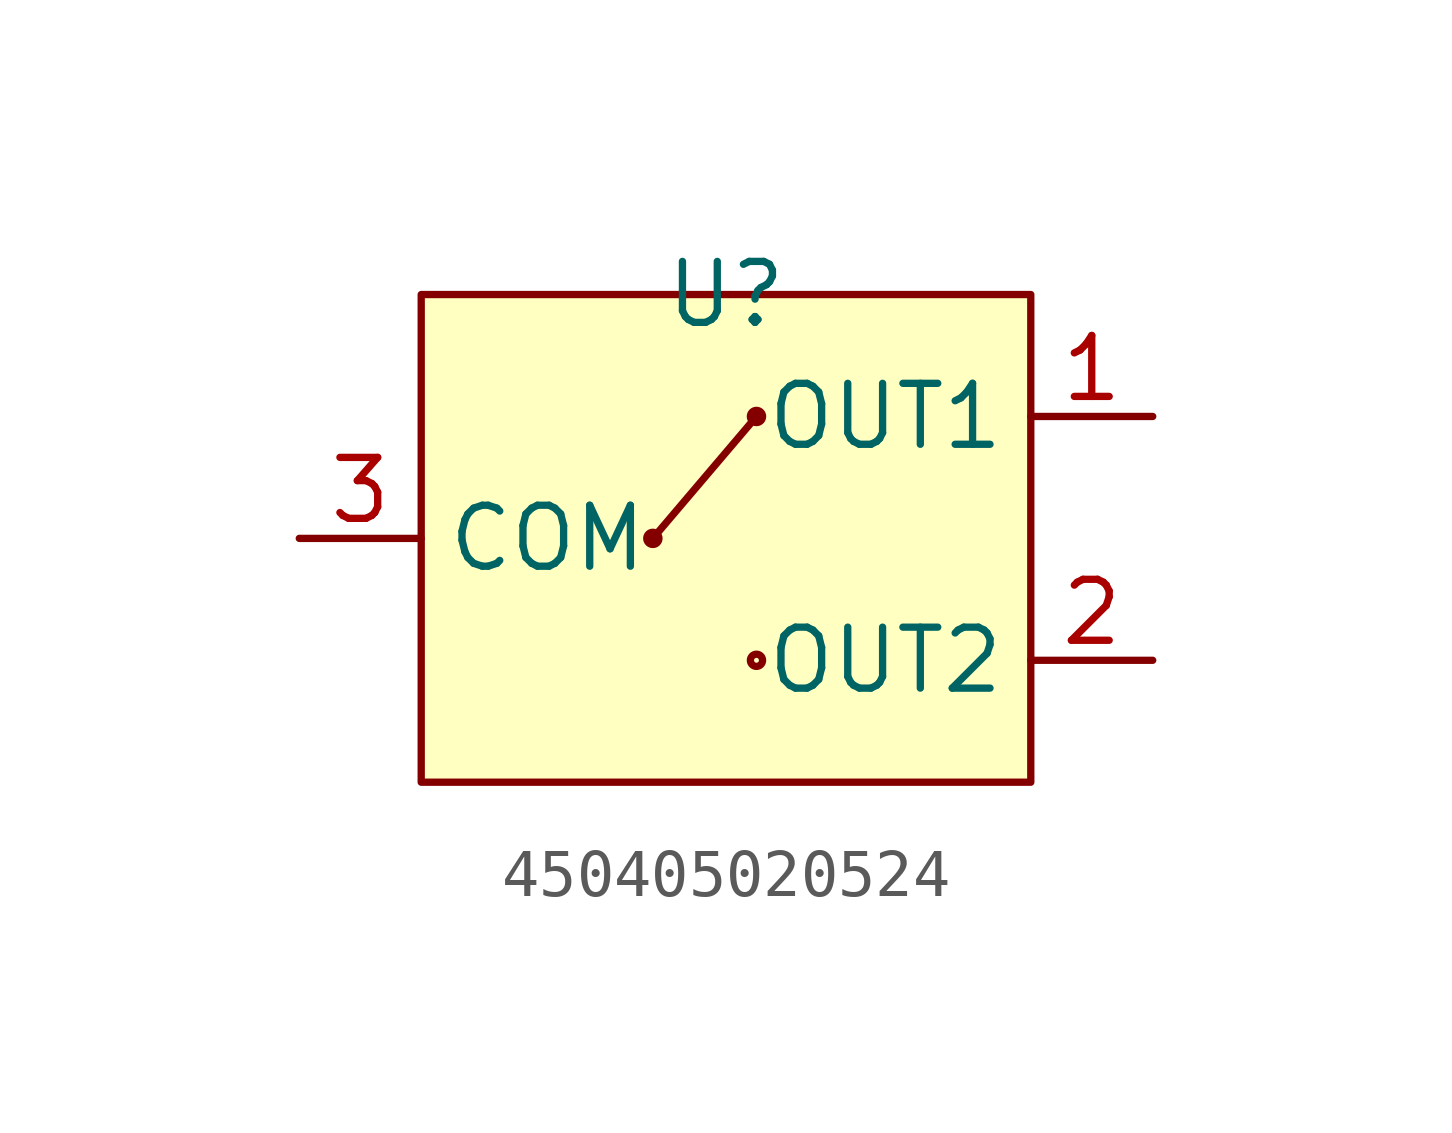
<source format=kicad_sym>
(kicad_symbol_lib
  (version 20220914)
  (generator kicad_symbol_editor)
  (symbol "450405020524"
    (property "Reference" "U"
      (at 0 5.08 0)
      (effects (font (size 1.27 1.27))))
    (property "Value" ""
      (at 0 0 0)
      (effects (font (size 1.27 1.27))))
    (symbol "450405020524_0_1"
      (circle (center -1.524 0) (radius 0.127) (stroke (width 0) (type default)) (fill (type none)))
      (polyline (pts (xy -1.524 0) (xy 0.635 2.54)) (stroke (width 0) (type default)) (fill (type none)))
      (circle (center 0.635 -2.54) (radius 0.127) (stroke (width 0) (type default)) (fill (type none)))
      (circle (center 0.635 2.54) (radius 0.127) (stroke (width 0) (type default)) (fill (type none))))
    (symbol "450405020524_1_1"
      (rectangle (start -6.35 5.08) (end 6.35 -5.08) (stroke (width 0) (type default)) (fill (type background)))
      (pin output line (at 8.89 2.54 180) (length 2.54) (name "OUT1" (effects (font (size 1.27 1.27)))) (number "1" (effects (font (size 1.27 1.27)))))
      (pin output line (at 8.89 -2.54 180) (length 2.54) (name "OUT2" (effects (font (size 1.27 1.27)))) (number "2" (effects (font (size 1.27 1.27)))))
      (pin input line (at -8.89 0 0) (length 2.54) (name "COM" (effects (font (size 1.27 1.27)))) (number "3" (effects (font (size 1.27 1.27))))))))
</source>
